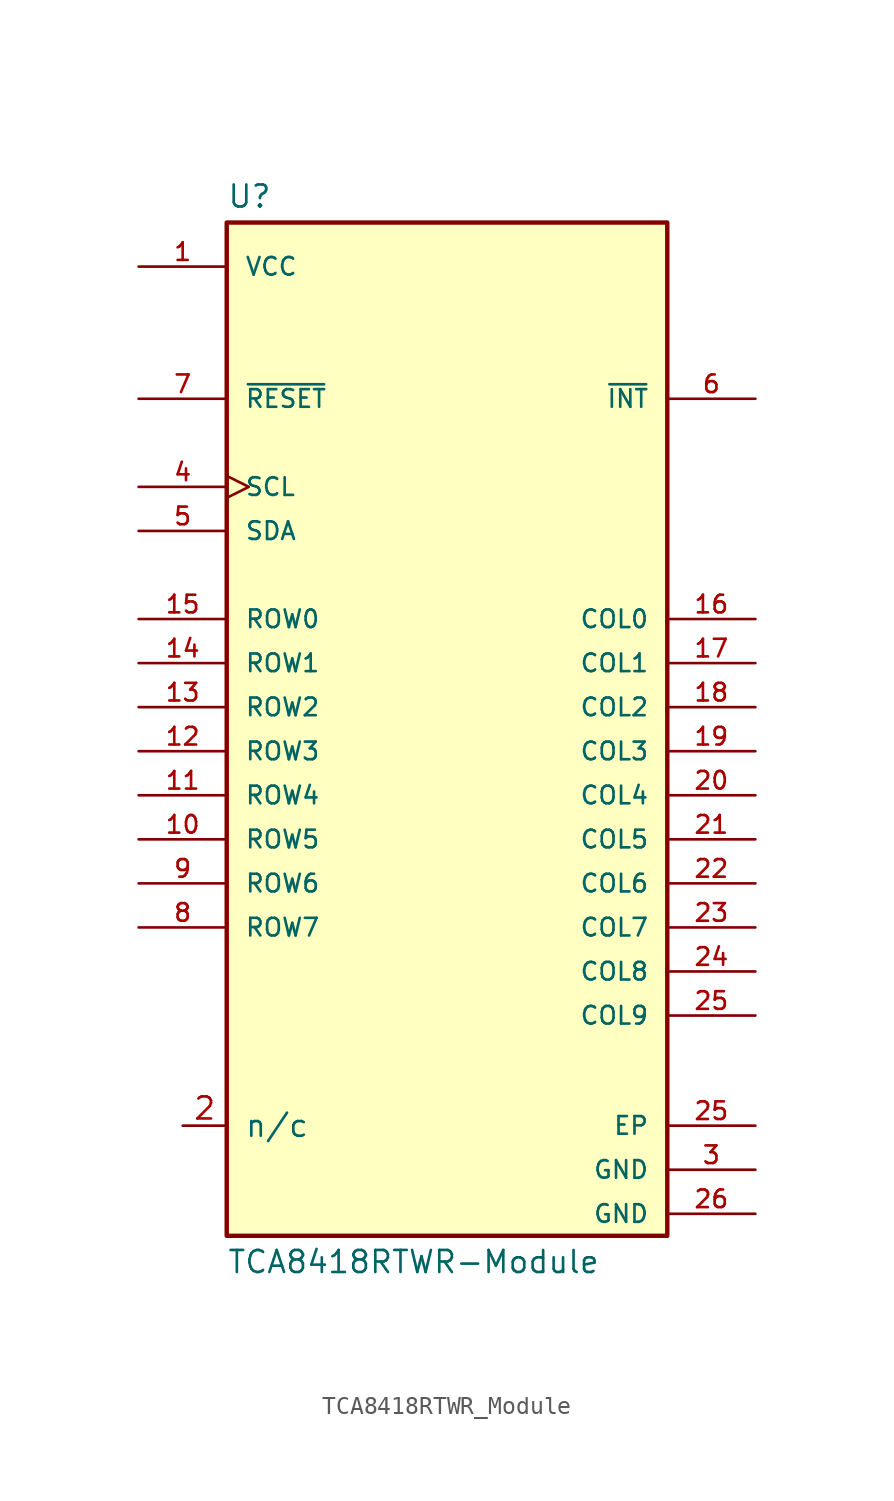
<source format=kicad_sym>
(kicad_symbol_lib
  (version 20231120)
  (generator "kicad_symbol_editor")
  (generator_version "8.0")
  (symbol "TCA8418RTWR_Module"
    (pin_names
      (offset 1.016))
    (property "Reference" "U"
      (at -12.7 28.702 0)
      (effects (font (size 1.27 1.27)) (justify left bottom)))
    (property "Value" "TCA8418RTWR-Module"
      (at -12.7 -31.242 0)
      (effects (font (size 1.27 1.27)) (justify left top)))
    (symbol "TCA8418RTWR_Module_0_0"
      (rectangle (start -12.7 27.94) (end 12.7 -30.48) (stroke (width 0.254) (type default)) (fill (type background)))
      (pin power_in line (at -17.78 25.4 0) (length 5.08) (name "VCC" (effects (font (size 1.016 1.016)))) (number "1" (effects (font (size 1.016 1.016)))))
      (pin bidirectional line (at -17.78 -7.62 0) (length 5.08) (name "ROW5" (effects (font (size 1.016 1.016)))) (number "10" (effects (font (size 1.016 1.016)))))
      (pin bidirectional line (at -17.78 -5.08 0) (length 5.08) (name "ROW4" (effects (font (size 1.016 1.016)))) (number "11" (effects (font (size 1.016 1.016)))))
      (pin bidirectional line (at -17.78 -2.54 0) (length 5.08) (name "ROW3" (effects (font (size 1.016 1.016)))) (number "12" (effects (font (size 1.016 1.016)))))
      (pin bidirectional line (at -17.78 0 0) (length 5.08) (name "ROW2" (effects (font (size 1.016 1.016)))) (number "13" (effects (font (size 1.016 1.016)))))
      (pin bidirectional line (at -17.78 2.54 0) (length 5.08) (name "ROW1" (effects (font (size 1.016 1.016)))) (number "14" (effects (font (size 1.016 1.016)))))
      (pin bidirectional line (at -17.78 5.08 0) (length 5.08) (name "ROW0" (effects (font (size 1.016 1.016)))) (number "15" (effects (font (size 1.016 1.016)))))
      (pin bidirectional line (at 17.78 5.08 180) (length 5.08) (name "COL0" (effects (font (size 1.016 1.016)))) (number "16" (effects (font (size 1.016 1.016)))))
      (pin bidirectional line (at 17.78 2.54 180) (length 5.08) (name "COL1" (effects (font (size 1.016 1.016)))) (number "17" (effects (font (size 1.016 1.016)))))
      (pin bidirectional line (at 17.78 -2.54 180) (length 5.08) (name "COL3" (effects (font (size 1.016 1.016)))) (number "19" (effects (font (size 1.016 1.016)))))
      (pin bidirectional line (at 17.78 -5.08 180) (length 5.08) (name "COL4" (effects (font (size 1.016 1.016)))) (number "20" (effects (font (size 1.016 1.016)))))
      (pin passive line (at 17.78 -24.13 180) (length 5.08) (name "EP" (effects (font (size 1.016 1.016)))) (number "25" (effects (font (size 1.016 1.016)))))
      (pin power_in line (at 17.78 -29.21 180) (length 5.08) (name "GND" (effects (font (size 1.016 1.016)))) (number "26" (effects (font (size 1.016 1.016)))))
      (pin power_in line (at 17.78 -26.67 180) (length 5.08) (name "GND" (effects (font (size 1.016 1.016)))) (number "3" (effects (font (size 1.016 1.016)))))
      (pin input clock (at -17.78 12.7 0) (length 5.08) (name "SCL" (effects (font (size 1.016 1.016)))) (number "4" (effects (font (size 1.016 1.016)))))
      (pin bidirectional line (at -17.78 10.16 0) (length 5.08) (name "SDA" (effects (font (size 1.016 1.016)))) (number "5" (effects (font (size 1.016 1.016)))))
      (pin output line (at 17.78 17.78 180) (length 5.08) (name "~{INT}" (effects (font (size 1.016 1.016)))) (number "6" (effects (font (size 1.016 1.016)))))
      (pin input line (at -17.78 17.78 0) (length 5.08) (name "~{RESET}" (effects (font (size 1.016 1.016)))) (number "7" (effects (font (size 1.016 1.016)))))
      (pin bidirectional line (at -17.78 -12.7 0) (length 5.08) (name "ROW7" (effects (font (size 1.016 1.016)))) (number "8" (effects (font (size 1.016 1.016)))))
      (pin bidirectional line (at -17.78 -10.16 0) (length 5.08) (name "ROW6" (effects (font (size 1.016 1.016)))) (number "9" (effects (font (size 1.016 1.016))))))
    (symbol "TCA8418RTWR_Module_1_0"
      (pin bidirectional line (at 17.78 0 180) (length 5.08) (name "COL2" (effects (font (size 1.016 1.016)))) (number "18" (effects (font (size 1.016 1.016)))))
      (pin bidirectional line (at 17.78 -7.62 180) (length 5.08) (name "COL5" (effects (font (size 1.016 1.016)))) (number "21" (effects (font (size 1.016 1.016)))))
      (pin bidirectional line (at 17.78 -10.16 180) (length 5.08) (name "COL6" (effects (font (size 1.016 1.016)))) (number "22" (effects (font (size 1.016 1.016)))))
      (pin bidirectional line (at 17.78 -12.7 180) (length 5.08) (name "COL7" (effects (font (size 1.016 1.016)))) (number "23" (effects (font (size 1.016 1.016)))))
      (pin bidirectional line (at 17.78 -15.24 180) (length 5.08) (name "COL8" (effects (font (size 1.016 1.016)))) (number "24" (effects (font (size 1.016 1.016)))))
      (pin bidirectional line (at 17.78 -17.78 180) (length 5.08) (name "COL9" (effects (font (size 1.016 1.016)))) (number "25" (effects (font (size 1.016 1.016))))))
    (symbol "TCA8418RTWR_Module_1_1"
      (pin unspecified line (at -15.24 -24.13 0) (length 2.54) (name "n/c" (effects (font (size 1.27 1.27)))) (number "2" (effects (font (size 1.27 1.27))))))))
</source>
